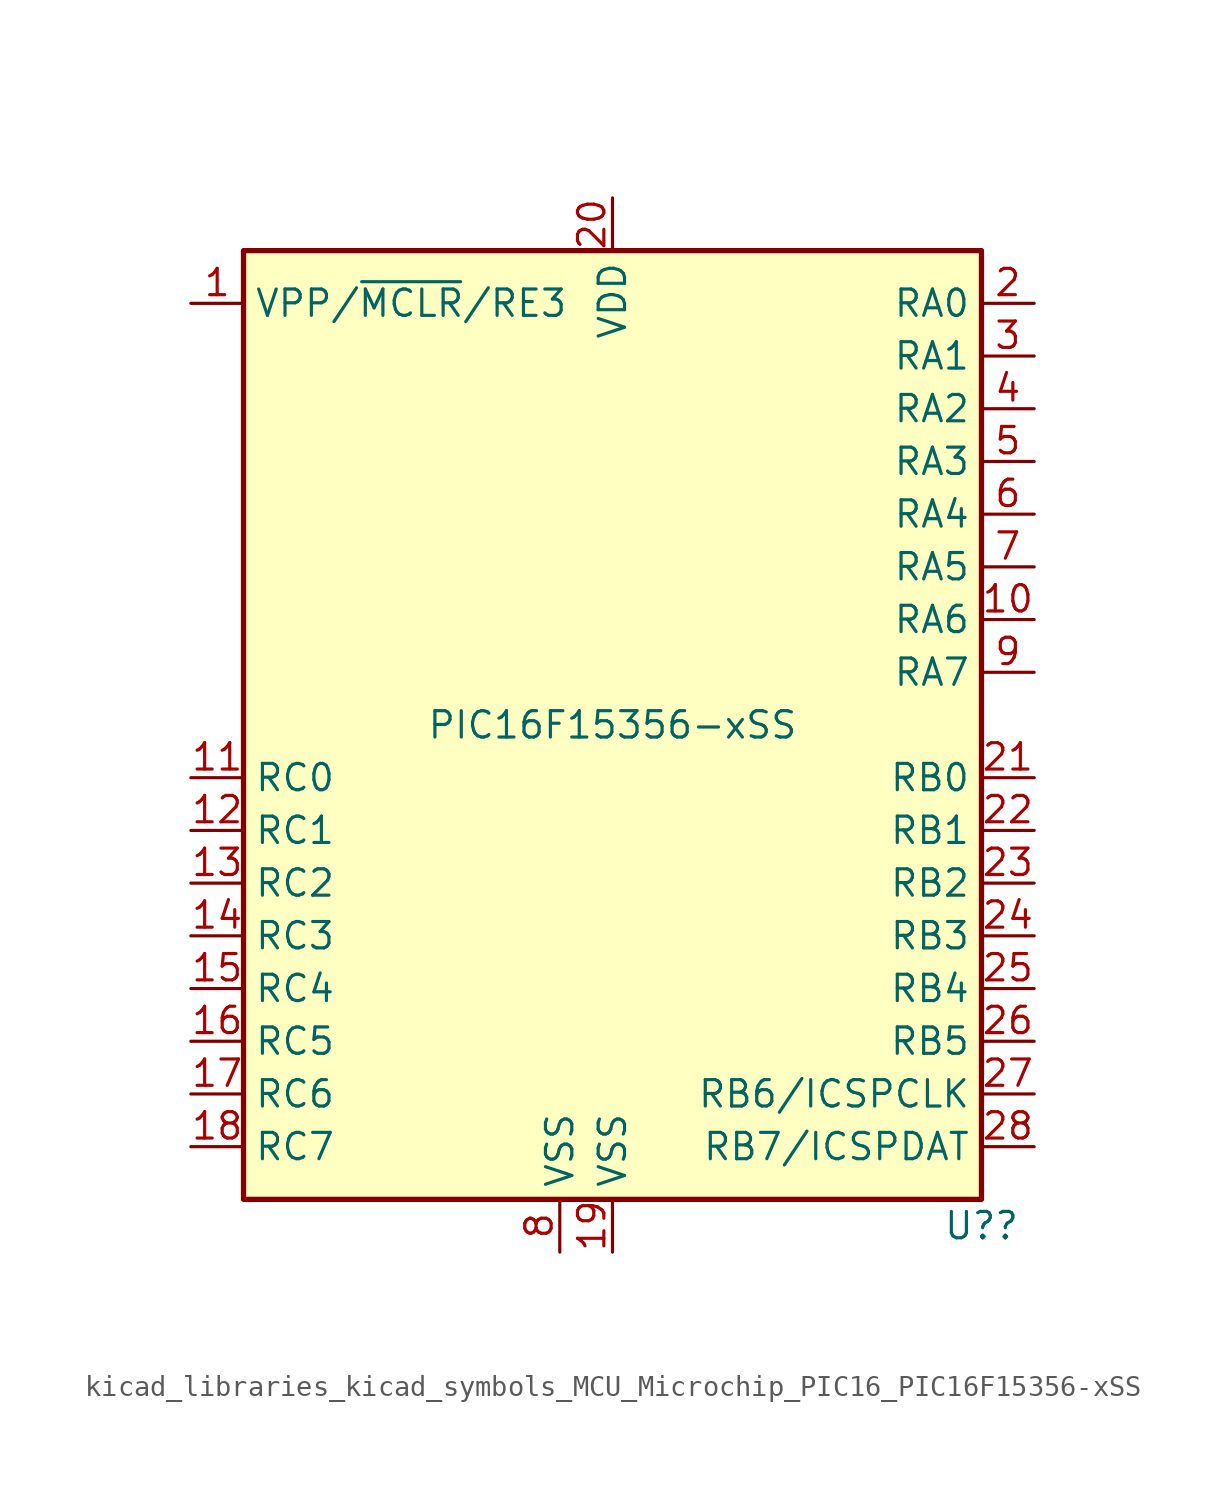
<source format=kicad_sym>
(kicad_symbol_lib
  (version 20220914)
  (generator kicad_symbol_editor)
  (symbol "kicad_libraries_kicad_symbols_MCU_Microchip_PIC16_PIC16F15356-xSS"
    (property "Reference" "U?"
      (at 17.78 -24.13 0)
      (effects (font (size 1.27 1.27))))
    (property "Value" "PIC16F15356-xSS"
      (at 0 0 0)
      (effects (font (size 1.27 1.27))))
    (symbol "kicad_libraries_kicad_symbols_MCU_Microchip_PIC16_PIC16F15356-xSS_0_1"
      (rectangle (start 17.78 22.86) (end -17.78 -22.86) (stroke (width 0.254) (type default)) (fill (type background))))
    (symbol "kicad_libraries_kicad_symbols_MCU_Microchip_PIC16_PIC16F15356-xSS_1_1"
      (pin bidirectional line (at -20.32 20.32 0) (length 2.54) (name "VPP/~{MCLR}/RE3" (effects (font (size 1.27 1.27)))) (number "1" (effects (font (size 1.27 1.27)))))
      (pin bidirectional line (at 20.32 5.08 180) (length 2.54) (name "RA6" (effects (font (size 1.27 1.27)))) (number "10" (effects (font (size 1.27 1.27)))))
      (pin bidirectional line (at -20.32 -2.54 0) (length 2.54) (name "RC0" (effects (font (size 1.27 1.27)))) (number "11" (effects (font (size 1.27 1.27)))))
      (pin bidirectional line (at -20.32 -5.08 0) (length 2.54) (name "RC1" (effects (font (size 1.27 1.27)))) (number "12" (effects (font (size 1.27 1.27)))))
      (pin bidirectional line (at -20.32 -7.62 0) (length 2.54) (name "RC2" (effects (font (size 1.27 1.27)))) (number "13" (effects (font (size 1.27 1.27)))))
      (pin bidirectional line (at -20.32 -10.16 0) (length 2.54) (name "RC3" (effects (font (size 1.27 1.27)))) (number "14" (effects (font (size 1.27 1.27)))))
      (pin bidirectional line (at -20.32 -12.7 0) (length 2.54) (name "RC4" (effects (font (size 1.27 1.27)))) (number "15" (effects (font (size 1.27 1.27)))))
      (pin bidirectional line (at -20.32 -15.24 0) (length 2.54) (name "RC5" (effects (font (size 1.27 1.27)))) (number "16" (effects (font (size 1.27 1.27)))))
      (pin bidirectional line (at -20.32 -17.78 0) (length 2.54) (name "RC6" (effects (font (size 1.27 1.27)))) (number "17" (effects (font (size 1.27 1.27)))))
      (pin bidirectional line (at -20.32 -20.32 0) (length 2.54) (name "RC7" (effects (font (size 1.27 1.27)))) (number "18" (effects (font (size 1.27 1.27)))))
      (pin power_in line (at 0 -25.4 90) (length 2.54) (name "VSS" (effects (font (size 1.27 1.27)))) (number "19" (effects (font (size 1.27 1.27)))))
      (pin bidirectional line (at 20.32 20.32 180) (length 2.54) (name "RA0" (effects (font (size 1.27 1.27)))) (number "2" (effects (font (size 1.27 1.27)))))
      (pin power_in line (at 0 25.4 270) (length 2.54) (name "VDD" (effects (font (size 1.27 1.27)))) (number "20" (effects (font (size 1.27 1.27)))))
      (pin bidirectional line (at 20.32 -2.54 180) (length 2.54) (name "RB0" (effects (font (size 1.27 1.27)))) (number "21" (effects (font (size 1.27 1.27)))))
      (pin bidirectional line (at 20.32 -5.08 180) (length 2.54) (name "RB1" (effects (font (size 1.27 1.27)))) (number "22" (effects (font (size 1.27 1.27)))))
      (pin bidirectional line (at 20.32 -7.62 180) (length 2.54) (name "RB2" (effects (font (size 1.27 1.27)))) (number "23" (effects (font (size 1.27 1.27)))))
      (pin bidirectional line (at 20.32 -10.16 180) (length 2.54) (name "RB3" (effects (font (size 1.27 1.27)))) (number "24" (effects (font (size 1.27 1.27)))))
      (pin bidirectional line (at 20.32 -12.7 180) (length 2.54) (name "RB4" (effects (font (size 1.27 1.27)))) (number "25" (effects (font (size 1.27 1.27)))))
      (pin bidirectional line (at 20.32 -15.24 180) (length 2.54) (name "RB5" (effects (font (size 1.27 1.27)))) (number "26" (effects (font (size 1.27 1.27)))))
      (pin bidirectional line (at 20.32 -17.78 180) (length 2.54) (name "RB6/ICSPCLK" (effects (font (size 1.27 1.27)))) (number "27" (effects (font (size 1.27 1.27)))))
      (pin bidirectional line (at 20.32 -20.32 180) (length 2.54) (name "RB7/ICSPDAT" (effects (font (size 1.27 1.27)))) (number "28" (effects (font (size 1.27 1.27)))))
      (pin bidirectional line (at 20.32 17.78 180) (length 2.54) (name "RA1" (effects (font (size 1.27 1.27)))) (number "3" (effects (font (size 1.27 1.27)))))
      (pin bidirectional line (at 20.32 15.24 180) (length 2.54) (name "RA2" (effects (font (size 1.27 1.27)))) (number "4" (effects (font (size 1.27 1.27)))))
      (pin bidirectional line (at 20.32 12.7 180) (length 2.54) (name "RA3" (effects (font (size 1.27 1.27)))) (number "5" (effects (font (size 1.27 1.27)))))
      (pin bidirectional line (at 20.32 10.16 180) (length 2.54) (name "RA4" (effects (font (size 1.27 1.27)))) (number "6" (effects (font (size 1.27 1.27)))))
      (pin bidirectional line (at 20.32 7.62 180) (length 2.54) (name "RA5" (effects (font (size 1.27 1.27)))) (number "7" (effects (font (size 1.27 1.27)))))
      (pin power_in line (at -2.54 -25.4 90) (length 2.54) (name "VSS" (effects (font (size 1.27 1.27)))) (number "8" (effects (font (size 1.27 1.27)))))
      (pin bidirectional line (at 20.32 2.54 180) (length 2.54) (name "RA7" (effects (font (size 1.27 1.27)))) (number "9" (effects (font (size 1.27 1.27))))))))
</source>
